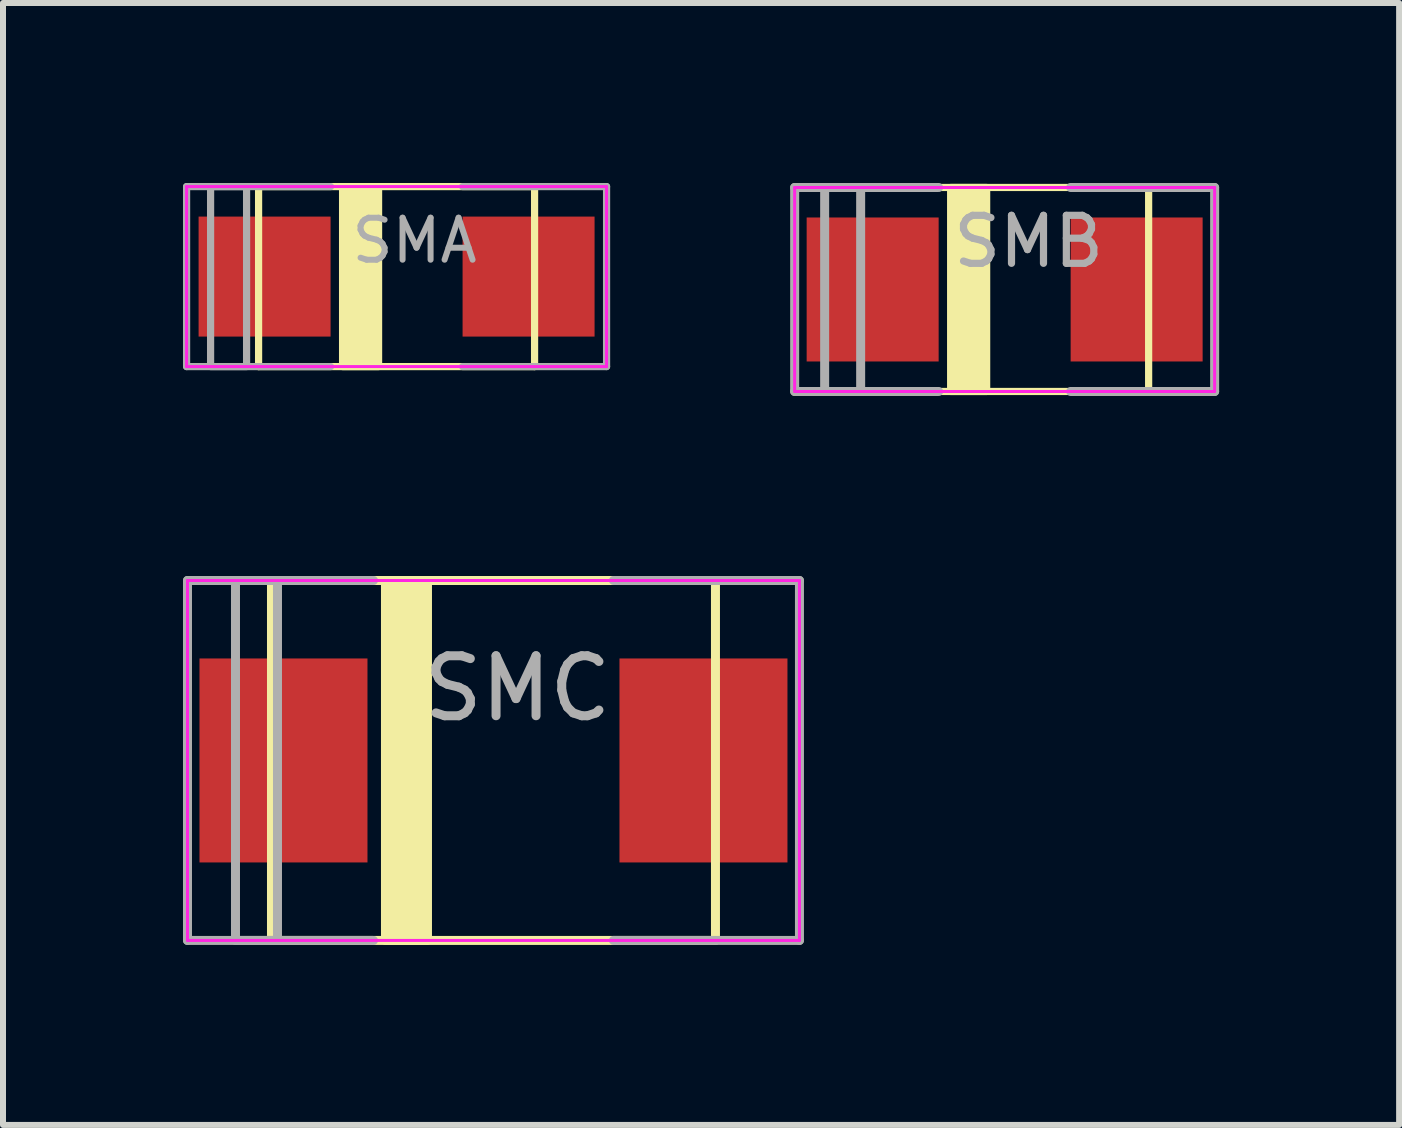
<source format=kicad_pcb>
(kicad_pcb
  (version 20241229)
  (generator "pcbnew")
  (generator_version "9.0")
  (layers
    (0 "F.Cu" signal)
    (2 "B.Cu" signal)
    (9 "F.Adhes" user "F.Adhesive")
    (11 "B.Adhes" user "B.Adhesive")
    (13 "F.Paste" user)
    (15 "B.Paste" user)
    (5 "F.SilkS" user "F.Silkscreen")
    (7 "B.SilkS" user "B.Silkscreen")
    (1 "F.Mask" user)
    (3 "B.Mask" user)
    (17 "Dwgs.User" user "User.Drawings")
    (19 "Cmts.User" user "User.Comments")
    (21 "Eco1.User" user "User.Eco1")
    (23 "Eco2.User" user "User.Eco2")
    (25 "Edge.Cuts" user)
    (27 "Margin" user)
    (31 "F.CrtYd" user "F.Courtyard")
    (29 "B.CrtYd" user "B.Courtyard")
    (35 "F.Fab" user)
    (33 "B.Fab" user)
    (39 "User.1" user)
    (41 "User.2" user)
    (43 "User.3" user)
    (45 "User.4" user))
  (footprint "SMB"
    (layer "F.Cu")
    (at 13.695 1.775)
    (property "Reference" "SMB" (at 0.4 -0.8 0) (layer "F.Fab") (effects (font (size 0.8 0.8) (thickness 0.12))))
    (attr smd)
    (fp_line (start -2.4 -1.7) (end 2.4 -1.7) (stroke (width 0.12) (type solid)) (layer "F.SilkS"))
    (fp_line (start -2.4 1.7) (end -2.4 -1.7) (stroke (width 0.12) (type solid)) (layer "F.SilkS"))
    (fp_line (start -2.4 1.7) (end 2.4 1.7) (stroke (width 0.12) (type solid)) (layer "F.SilkS"))
    (fp_line (start 2.4 -1.7) (end 2.4 1.7) (stroke (width 0.12) (type solid)) (layer "F.SilkS"))
    (fp_poly (pts (xy -0.3 1.7) (xy -0.9 1.7) (xy -0.9 -1.7) (xy -0.3 -1.7)) (stroke (width 0.12) (type solid)) (fill yes) (layer "F.SilkS"))
    (fp_line (start -3.5 1.7) (end -3.5 -1.7) (stroke (width 0.05) (type solid)) (layer "F.CrtYd"))
    (fp_line (start 3.5 -1.7) (end -3.5 -1.7) (stroke (width 0.05) (type solid)) (layer "F.CrtYd"))
    (fp_line (start 3.5 1.7) (end -3.5 1.7) (stroke (width 0.05) (type solid)) (layer "F.CrtYd"))
    (fp_line (start 3.5 1.7) (end 3.5 -1.7) (stroke (width 0.05) (type solid)) (layer "F.CrtYd"))
    (fp_line (start -3.5 -1.7) (end -3.5 1.7) (stroke (width 0.15) (type solid)) (layer "F.Fab"))
    (fp_line (start -3.5 -1.7) (end -1.1 -1.7) (stroke (width 0.15) (type solid)) (layer "F.Fab"))
    (fp_line (start -3.5 1.7) (end -1.1 1.7) (stroke (width 0.15) (type solid)) (layer "F.Fab"))
    (fp_line (start 1.1 -1.7) (end 3.5 -1.7) (stroke (width 0.15) (type solid)) (layer "F.Fab"))
    (fp_line (start 3.5 -1.7) (end 3.5 1.7) (stroke (width 0.15) (type solid)) (layer "F.Fab"))
    (fp_line (start 3.5 1.7) (end 1.1 1.7) (stroke (width 0.15) (type solid)) (layer "F.Fab"))
    (fp_poly (pts (xy -2.4 1.7) (xy -3 1.7) (xy -3 -1.7) (xy -2.4 -1.7)) (stroke (width 0.15) (type solid)) (fill no) (layer "F.Fab"))
    (pad "1" smd rect (at -2.2 0) (size 2.2 2.4) (layers "F.Cu" "F.Mask" "F.Paste"))
    (pad "2" smd rect (at 2.2 0) (size 2.2 2.4) (layers "F.Cu" "F.Mask" "F.Paste")))
  (footprint "SMC"
    (layer "F.Cu")
    (at 5.175 9.625)
    (property "Reference" "SMC" (at 0.4 -1.2 0) (layer "F.Fab") (effects (font (size 1 1) (thickness 0.15))))
    (attr smd)
    (fp_line (start -3.7 -3) (end -3.7 3) (stroke (width 0.15) (type solid)) (layer "F.SilkS"))
    (fp_line (start -3.7 3) (end 3.7 3) (stroke (width 0.15) (type solid)) (layer "F.SilkS"))
    (fp_line (start 3.7 -3) (end -3.7 -3) (stroke (width 0.15) (type solid)) (layer "F.SilkS"))
    (fp_line (start 3.7 3) (end 3.7 -3) (stroke (width 0.15) (type solid)) (layer "F.SilkS"))
    (fp_poly (pts (xy -1.1 3) (xy -1.8 3) (xy -1.8 -3) (xy -1.1 -3)) (stroke (width 0.15) (type solid)) (fill yes) (layer "F.SilkS"))
    (fp_line (start -5.1 -3) (end 5.1 -3) (stroke (width 0.05) (type solid)) (layer "F.CrtYd"))
    (fp_line (start -5.1 3) (end -5.1 -3) (stroke (width 0.05) (type solid)) (layer "F.CrtYd"))
    (fp_line (start 5.1 -3) (end 5.1 3) (stroke (width 0.05) (type solid)) (layer "F.CrtYd"))
    (fp_line (start 5.1 3) (end -5.1 3) (stroke (width 0.05) (type solid)) (layer "F.CrtYd"))
    (fp_line (start -5.1 -3) (end -5.1 3) (stroke (width 0.15) (type solid)) (layer "F.Fab"))
    (fp_line (start -5.1 3) (end -2 3) (stroke (width 0.15) (type solid)) (layer "F.Fab"))
    (fp_line (start -2 -3) (end -5.1 -3) (stroke (width 0.15) (type solid)) (layer "F.Fab"))
    (fp_line (start 2 -3) (end 5.1 -3) (stroke (width 0.15) (type solid)) (layer "F.Fab"))
    (fp_line (start 2 3) (end 5.1 3) (stroke (width 0.15) (type solid)) (layer "F.Fab"))
    (fp_line (start 5.1 -3) (end 5.1 3) (stroke (width 0.15) (type solid)) (layer "F.Fab"))
    (fp_poly (pts (xy -3.6 3) (xy -4.3 3) (xy -4.3 -3) (xy -3.6 -3)) (stroke (width 0.15) (type solid)) (fill no) (layer "F.Fab"))
    (pad "1" smd rect (at -3.5 0 90) (size 3.4 2.8) (layers "F.Cu" "F.Mask" "F.Paste"))
    (pad "2" smd rect (at 3.5 0 90) (size 3.4 2.8) (layers "F.Cu" "F.Mask" "F.Paste")))
  (footprint "SMA"
    (layer "F.Cu")
    (at 3.56 1.56)
    (property "Reference" "SMA" (at 0.3 -0.6 0) (layer "F.Fab") (effects (font (size 0.7 0.7) (thickness 0.1))))
    (attr smd)
    (fp_line (start -2.3 -1.5) (end -2.3 1.5) (stroke (width 0.12) (type solid)) (layer "F.SilkS"))
    (fp_line (start -2.3 -1.5) (end 2.3 -1.5) (stroke (width 0.12) (type solid)) (layer "F.SilkS"))
    (fp_line (start -2.3 1.5) (end 2.3 1.5) (stroke (width 0.12) (type solid)) (layer "F.SilkS"))
    (fp_line (start 2.3 -1.5) (end 2.3 1.5) (stroke (width 0.12) (type solid)) (layer "F.SilkS"))
    (fp_poly (pts (xy -0.3 1.5) (xy -0.9 1.5) (xy -0.9 -1.5) (xy -0.3 -1.5)) (stroke (width 0.12) (type solid)) (fill yes) (layer "F.SilkS"))
    (fp_line (start -3.5 -1.5) (end -3.5 1.5) (stroke (width 0.05) (type solid)) (layer "F.CrtYd"))
    (fp_line (start -3.5 1.5) (end 3.5 1.5) (stroke (width 0.05) (type solid)) (layer "F.CrtYd"))
    (fp_line (start 3.5 -1.5) (end -3.5 -1.5) (stroke (width 0.05) (type solid)) (layer "F.CrtYd"))
    (fp_line (start 3.5 1.5) (end 3.5 -1.5) (stroke (width 0.05) (type solid)) (layer "F.CrtYd"))
    (fp_line (start -3.5 -1.5) (end -1.1 -1.5) (stroke (width 0.12) (type solid)) (layer "F.Fab"))
    (fp_line (start -3.5 1.5) (end -3.5 -1.5) (stroke (width 0.12) (type solid)) (layer "F.Fab"))
    (fp_line (start -1.1 1.5) (end -3.5 1.5) (stroke (width 0.12) (type solid)) (layer "F.Fab"))
    (fp_line (start 1.1 -1.5) (end 3.5 -1.5) (stroke (width 0.12) (type solid)) (layer "F.Fab"))
    (fp_line (start 3.5 -1.5) (end 3.5 1.5) (stroke (width 0.12) (type solid)) (layer "F.Fab"))
    (fp_line (start 3.5 1.5) (end 1.1 1.5) (stroke (width 0.12) (type solid)) (layer "F.Fab"))
    (fp_poly (pts (xy -2.5 1.5) (xy -3.1 1.5) (xy -3.1 -1.5) (xy -2.5 -1.5)) (stroke (width 0.12) (type solid)) (fill no) (layer "F.Fab"))
    (pad "1" smd rect (at -2.2 0) (size 2.2 2) (layers "F.Cu" "F.Mask" "F.Paste"))
    (pad "2" smd rect (at 2.2 0) (size 2.2 2) (layers "F.Cu" "F.Mask" "F.Paste")))
  (gr_rect
    (start -3 -3)
    (end 20.27 15.7)
    (stroke (width 0.1) (type default))
    (fill no)
    (layer "Edge.Cuts")))
</source>
